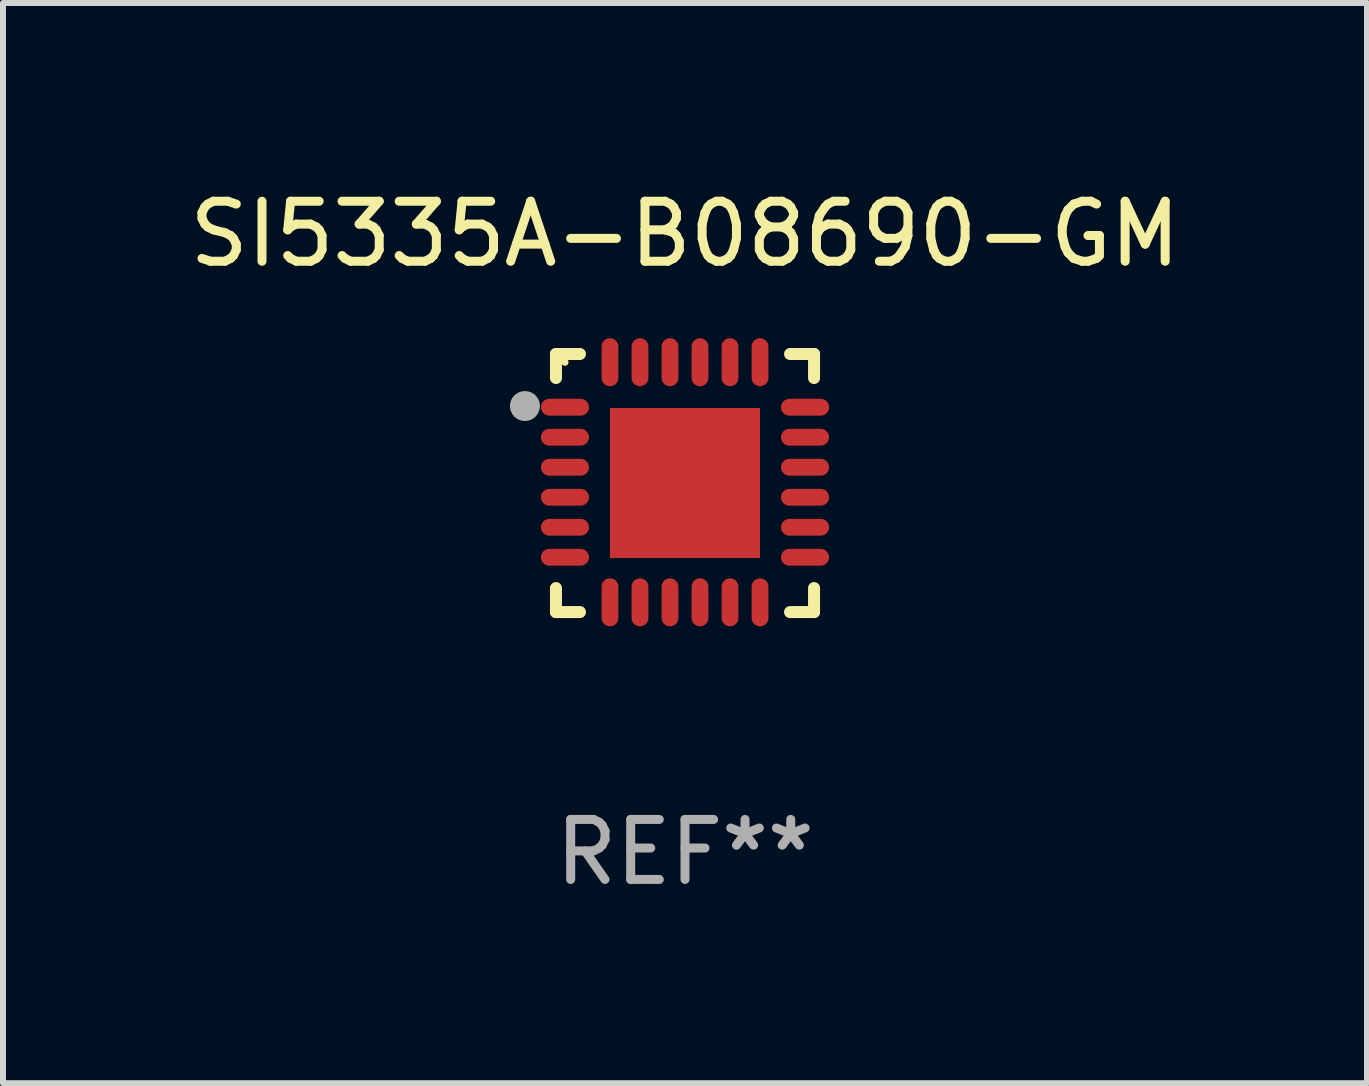
<source format=kicad_pcb>
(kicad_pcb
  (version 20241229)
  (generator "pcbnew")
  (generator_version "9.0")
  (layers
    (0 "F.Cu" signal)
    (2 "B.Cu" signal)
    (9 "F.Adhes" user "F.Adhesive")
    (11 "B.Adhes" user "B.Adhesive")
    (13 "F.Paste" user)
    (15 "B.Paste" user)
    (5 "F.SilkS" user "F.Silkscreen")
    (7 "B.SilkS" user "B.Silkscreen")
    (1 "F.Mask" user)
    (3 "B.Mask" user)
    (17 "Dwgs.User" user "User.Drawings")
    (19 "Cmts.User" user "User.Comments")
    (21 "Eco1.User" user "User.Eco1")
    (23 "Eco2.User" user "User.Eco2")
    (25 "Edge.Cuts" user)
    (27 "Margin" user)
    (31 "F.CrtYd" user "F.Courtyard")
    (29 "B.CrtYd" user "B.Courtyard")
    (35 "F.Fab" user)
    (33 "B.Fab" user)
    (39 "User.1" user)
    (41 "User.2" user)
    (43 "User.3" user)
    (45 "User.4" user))
  (footprint "SI5335A-B08690-GM"
    (layer "F.Cu")
    (at 8.363 4.998)
    (property "Reference" "SI5335A-B08690-GM" (at 0 -4.15 0) (layer "F.SilkS") (effects (font (size 1 1) (thickness 0.15))))
    (attr through_hole)
    (fp_line (start -2.15 -2.15) (end -1.75 -2.15) (stroke (width 0.2) (type solid)) (layer "F.SilkS"))
    (fp_line (start -2.15 -1.75) (end -2.15 -2.15) (stroke (width 0.2) (type solid)) (layer "F.SilkS"))
    (fp_line (start -2.15 2.15) (end -2.15 1.75) (stroke (width 0.2) (type solid)) (layer "F.SilkS"))
    (fp_line (start -1.75 2.15) (end -2.15 2.15) (stroke (width 0.2) (type solid)) (layer "F.SilkS"))
    (fp_line (start 1.75 -2.15) (end 2.15 -2.15) (stroke (width 0.2) (type solid)) (layer "F.SilkS"))
    (fp_line (start 1.75 2.15) (end 2.15 2.15) (stroke (width 0.2) (type solid)) (layer "F.SilkS"))
    (fp_line (start 2.15 -2.15) (end 2.15 -1.75) (stroke (width 0.2) (type solid)) (layer "F.SilkS"))
    (fp_line (start 2.15 2.15) (end 2.15 1.75) (stroke (width 0.2) (type solid)) (layer "F.SilkS"))
    (fp_circle (center -2 -2.013) (end -1.97 -2.013) (stroke (width 0.06) (type solid)) (fill no) (layer "F.SilkS"))
    (fp_circle (center -2.667 -1.283) (end -2.542 -1.283) (stroke (width 0.25) (type solid)) (fill no) (layer "F.Fab"))
    (fp_text user "REF**" (at 0 6.15 0) (layer "F.Fab") (effects (font (size 1 1) (thickness 0.15))))
    (pad "1" smd oval (at -2 -1.263) (size 0.8 0.28) (layers "F.Cu" "F.Mask" "F.Paste"))
    (pad "2" smd oval (at -2 -0.763) (size 0.8 0.28) (layers "F.Cu" "F.Mask" "F.Paste"))
    (pad "3" smd oval (at -2 -0.263) (size 0.8 0.28) (layers "F.Cu" "F.Mask" "F.Paste"))
    (pad "4" smd oval (at -2 0.237) (size 0.8 0.28) (layers "F.Cu" "F.Mask" "F.Paste"))
    (pad "5" smd oval (at -2 0.737) (size 0.8 0.28) (layers "F.Cu" "F.Mask" "F.Paste"))
    (pad "6" smd oval (at -2 1.237) (size 0.8 0.28) (layers "F.Cu" "F.Mask" "F.Paste"))
    (pad "7" smd oval (at -1.25 1.987) (size 0.28 0.8) (layers "F.Cu" "F.Mask" "F.Paste"))
    (pad "8" smd oval (at -0.75 1.987) (size 0.28 0.8) (layers "F.Cu" "F.Mask" "F.Paste"))
    (pad "9" smd oval (at -0.25 1.987) (size 0.28 0.8) (layers "F.Cu" "F.Mask" "F.Paste"))
    (pad "10" smd oval (at 0.25 1.987) (size 0.28 0.8) (layers "F.Cu" "F.Mask" "F.Paste"))
    (pad "11" smd oval (at 0.75 1.987) (size 0.28 0.8) (layers "F.Cu" "F.Mask" "F.Paste"))
    (pad "12" smd oval (at 1.25 1.987) (size 0.28 0.8) (layers "F.Cu" "F.Mask" "F.Paste"))
    (pad "13" smd oval (at 2 1.237) (size 0.8 0.28) (layers "F.Cu" "F.Mask" "F.Paste"))
    (pad "14" smd oval (at 2 0.737) (size 0.8 0.28) (layers "F.Cu" "F.Mask" "F.Paste"))
    (pad "15" smd oval (at 2 0.237) (size 0.8 0.28) (layers "F.Cu" "F.Mask" "F.Paste"))
    (pad "16" smd oval (at 2 -0.263) (size 0.8 0.28) (layers "F.Cu" "F.Mask" "F.Paste"))
    (pad "17" smd oval (at 2 -0.763) (size 0.8 0.28) (layers "F.Cu" "F.Mask" "F.Paste"))
    (pad "18" smd oval (at 2 -1.263) (size 0.8 0.28) (layers "F.Cu" "F.Mask" "F.Paste"))
    (pad "19" smd oval (at 1.25 -2.013) (size 0.28 0.8) (layers "F.Cu" "F.Mask" "F.Paste"))
    (pad "20" smd oval (at 0.75 -2.013) (size 0.28 0.8) (layers "F.Cu" "F.Mask" "F.Paste"))
    (pad "21" smd oval (at 0.25 -2.013) (size 0.28 0.8) (layers "F.Cu" "F.Mask" "F.Paste"))
    (pad "22" smd oval (at -0.25 -2.013) (size 0.28 0.8) (layers "F.Cu" "F.Mask" "F.Paste"))
    (pad "23" smd oval (at -0.75 -2.013) (size 0.28 0.8) (layers "F.Cu" "F.Mask" "F.Paste"))
    (pad "24" smd oval (at -1.25 -2.013) (size 0.28 0.8) (layers "F.Cu" "F.Mask" "F.Paste"))
    (pad "25" smd rect (at -0.000127 -0.00014) (size 2.5 2.5) (layers "F.Cu" "F.Mask" "F.Paste")))
  (gr_rect
    (start -3 -3)
    (end 19.726 14.997)
    (stroke (width 0.1) (type default))
    (fill no)
    (layer "Edge.Cuts")))
</source>
